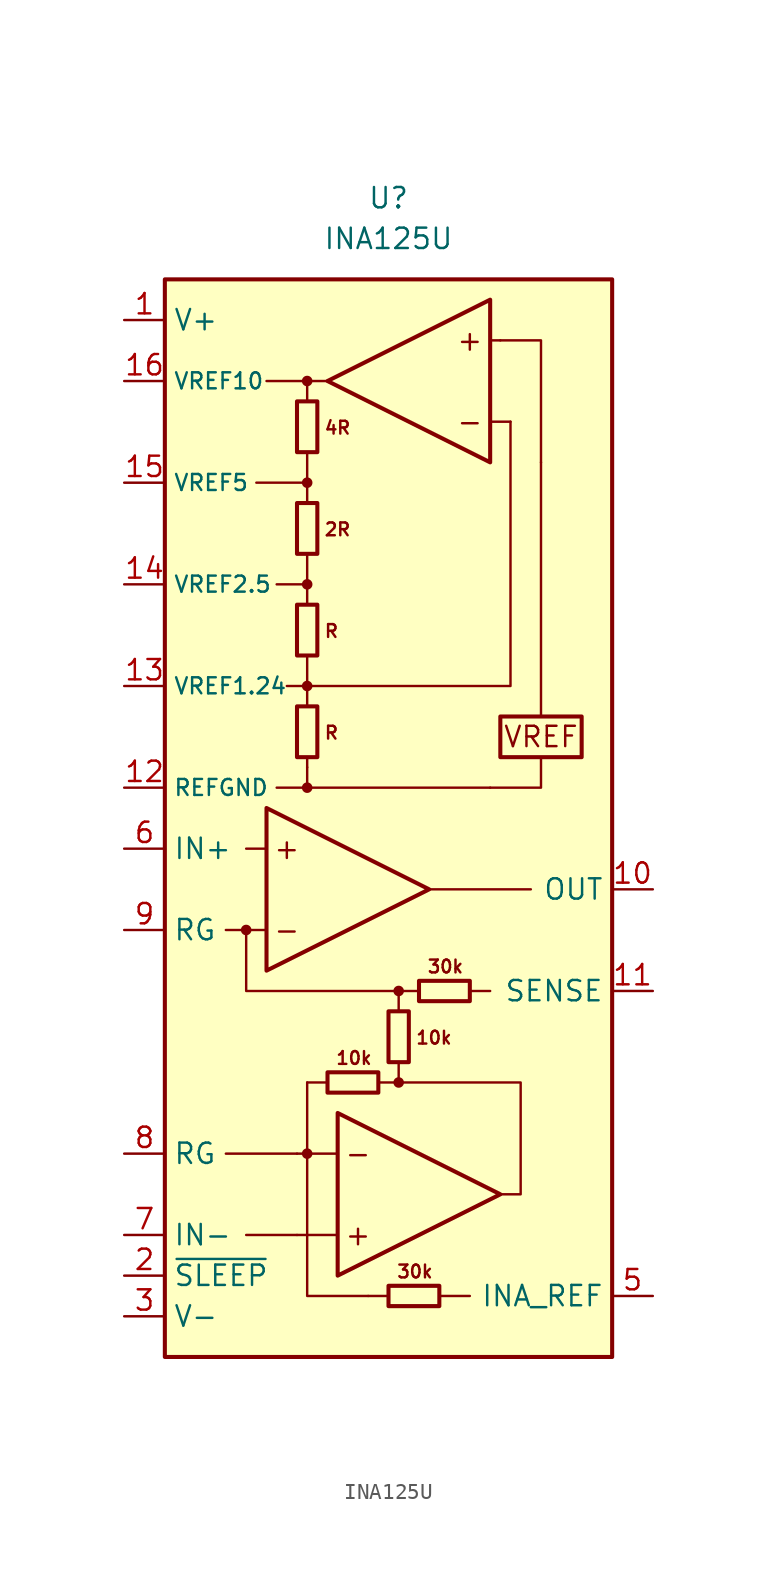
<source format=kicad_sym>
(kicad_symbol_lib
  (version 20211014)
  (generator kicad_symbol_editor)
  (symbol "INA125U"
    (property "Reference" "U"
      (at 0 36.83 0)
      (effects (font (size 1.27 1.27))))
    (property "Value" "INA125U"
      (at 0 34.29 0)
      (effects (font (size 1.27 1.27))))
    (symbol "INA125U_0_0"
      (circle (center -8.89 -8.89) (radius 0.254) (stroke (width 0.152) (type default) (color 0 0 0 0)) (fill (type outline)))
      (circle (center -5.08 -22.86) (radius 0.254) (stroke (width 0.152) (type default) (color 0 0 0 0)) (fill (type outline)))
      (circle (center -5.08 0) (radius 0.254) (stroke (width 0.152) (type default) (color 0 0 0 0)) (fill (type outline)))
      (circle (center -5.08 6.35) (radius 0.254) (stroke (width 0.152) (type default) (color 0 0 0 0)) (fill (type outline)))
      (circle (center -5.08 12.7) (radius 0.254) (stroke (width 0.152) (type default) (color 0 0 0 0)) (fill (type outline)))
      (circle (center -5.08 19.05) (radius 0.254) (stroke (width 0.152) (type default) (color 0 0 0 0)) (fill (type outline)))
      (circle (center -5.08 25.4) (radius 0.254) (stroke (width 0.152) (type default) (color 0 0 0 0)) (fill (type outline)))
      (polyline (pts (xy -5.08 0) (xy 6.35 0)) (stroke (width 0.152) (type default) (color 0 0 0 0)) (fill (type none)))
      (polyline (pts (xy -5.08 1.27) (xy -5.08 0)) (stroke (width 0.152) (type default) (color 0 0 0 0)) (fill (type none)))
      (polyline (pts (xy -5.08 1.905) (xy -5.08 1.27)) (stroke (width 0.152) (type default) (color 0 0 0 0)) (fill (type none)))
      (polyline (pts (xy -5.08 6.35) (xy -5.08 5.08)) (stroke (width 0.152) (type default) (color 0 0 0 0)) (fill (type none)))
      (polyline (pts (xy -5.08 8.255) (xy -5.08 6.35)) (stroke (width 0.152) (type default) (color 0 0 0 0)) (fill (type none)))
      (polyline (pts (xy -5.08 12.7) (xy -5.08 11.43)) (stroke (width 0.152) (type default) (color 0 0 0 0)) (fill (type none)))
      (polyline (pts (xy -5.08 14.605) (xy -5.08 12.7)) (stroke (width 0.152) (type default) (color 0 0 0 0)) (fill (type none)))
      (polyline (pts (xy -5.08 19.05) (xy -5.08 17.78)) (stroke (width 0.152) (type default) (color 0 0 0 0)) (fill (type none)))
      (polyline (pts (xy -5.08 20.955) (xy -5.08 19.05)) (stroke (width 0.152) (type default) (color 0 0 0 0)) (fill (type none)))
      (polyline (pts (xy -3.81 -18.415) (xy -5.08 -18.415)) (stroke (width 0.152) (type default) (color 0 0 0 0)) (fill (type none)))
      (polyline (pts (xy -3.175 -27.94) (xy -5.715 -27.94)) (stroke (width 0.152) (type default) (color 0 0 0 0)) (fill (type none)))
      (polyline (pts (xy -3.175 -22.86) (xy -5.715 -22.86)) (stroke (width 0.152) (type default) (color 0 0 0 0)) (fill (type none)))
      (polyline (pts (xy 0 -31.75) (xy -1.27 -31.75)) (stroke (width 0.152) (type default) (color 0 0 0 0)) (fill (type none)))
      (polyline (pts (xy 1.905 -12.7) (xy 0.635 -12.7)) (stroke (width 0.152) (type default) (color 0 0 0 0)) (fill (type none)))
      (polyline (pts (xy 6.35 22.86) (xy 7.62 22.86)) (stroke (width 0.152) (type default) (color 0 0 0 0)) (fill (type none)))
      (polyline (pts (xy 6.35 27.94) (xy 6.985 27.94)) (stroke (width 0.152) (type default) (color 0 0 0 0)) (fill (type none)))
      (polyline (pts (xy 9.525 4.445) (xy 9.525 20.32)) (stroke (width 0.152) (type default) (color 0 0 0 0)) (fill (type none)))
      (polyline (pts (xy 9.525 1.905) (xy 9.525 0) (xy 6.35 0)) (stroke (width 0.152) (type default) (color 0 0 0 0)) (fill (type none)))
      (circle (center 0.635 -18.415) (radius 0.254) (stroke (width 0.152) (type default) (color 0 0 0 0)) (fill (type outline)))
      (circle (center 0.635 -12.7) (radius 0.254) (stroke (width 0.152) (type default) (color 0 0 0 0)) (fill (type outline)))
      (rectangle (start 6.985 4.445) (end 12.065 1.905) (stroke (width 0.254) (type default) (color 0 0 0 0)) (fill (type none)))
      (text "+" (at -6.35 -3.81 0) (effects (font (size 1.27 1.27))))
      (text "+" (at -1.905 -27.94 0) (effects (font (size 1.27 1.27))))
      (text "+" (at 5.08 27.94 0) (effects (font (size 1.27 1.27))))
      (text "-" (at -6.35 -8.89 0) (effects (font (size 1.27 1.27))))
      (text "-" (at -1.905 -22.86 0) (effects (font (size 1.27 1.27))))
      (text "-" (at 5.08 22.86 0) (effects (font (size 1.27 1.27))))
      (text "10k" (at -2.159 -16.891 0) (effects (font (size 0.8 0.8))))
      (text "10k" (at 1.651 -15.621 0) (effects (font (size 0.8 0.8)) (justify left)))
      (text "2R" (at -4.064 16.129 0) (effects (font (size 0.8 0.8)) (justify left)))
      (text "30k" (at 1.651 -30.226 0) (effects (font (size 0.8 0.8))))
      (text "30k" (at 3.556 -11.176 0) (effects (font (size 0.8 0.8))))
      (text "4R" (at -4.064 22.479 0) (effects (font (size 0.8 0.8)) (justify left)))
      (text "R" (at -4.064 3.429 0) (effects (font (size 0.8 0.8)) (justify left)))
      (text "R" (at -4.064 9.779 0) (effects (font (size 0.8 0.8)) (justify left)))
      (text "VREF" (at 9.525 3.175 0) (effects (font (size 1.27 1.27)))))
    (symbol "INA125U_0_1"
      (rectangle (start -13.97 31.75) (end 13.97 -35.56) (stroke (width 0.254) (type default) (color 0 0 0 0)) (fill (type background)))
      (rectangle (start -5.715 1.905) (end -4.445 5.08) (stroke (width 0.254) (type default) (color 0 0 0 0)) (fill (type none)))
      (rectangle (start -5.715 8.255) (end -4.445 11.43) (stroke (width 0.254) (type default) (color 0 0 0 0)) (fill (type none)))
      (rectangle (start -5.715 14.605) (end -4.445 17.78) (stroke (width 0.254) (type default) (color 0 0 0 0)) (fill (type none)))
      (rectangle (start -5.715 20.955) (end -4.445 24.13) (stroke (width 0.254) (type default) (color 0 0 0 0)) (fill (type none)))
      (rectangle (start -3.81 -17.78) (end -0.635 -19.05) (stroke (width 0.254) (type default) (color 0 0 0 0)) (fill (type none)))
      (rectangle (start 0 -31.115) (end 3.175 -32.385) (stroke (width 0.254) (type default) (color 0 0 0 0)) (fill (type none)))
      (rectangle (start 0 -17.145) (end 1.27 -13.97) (stroke (width 0.254) (type default) (color 0 0 0 0)) (fill (type none)))
      (polyline (pts (xy -8.89 -27.94) (xy -5.715 -27.94)) (stroke (width 0.152) (type default) (color 0 0 0 0)) (fill (type none)))
      (polyline (pts (xy -7.62 -8.89) (xy -10.16 -8.89)) (stroke (width 0.152) (type default) (color 0 0 0 0)) (fill (type none)))
      (polyline (pts (xy -7.62 -3.81) (xy -8.89 -3.81)) (stroke (width 0.152) (type default) (color 0 0 0 0)) (fill (type none)))
      (polyline (pts (xy -5.715 -22.86) (xy -10.16 -22.86)) (stroke (width 0.152) (type default) (color 0 0 0 0)) (fill (type none)))
      (polyline (pts (xy -5.08 -18.415) (xy -5.08 -22.86)) (stroke (width 0.152) (type default) (color 0 0 0 0)) (fill (type none)))
      (polyline (pts (xy -5.08 0) (xy -6.985 0)) (stroke (width 0.152) (type default) (color 0 0 0 0)) (fill (type none)))
      (polyline (pts (xy -5.08 6.35) (xy -6.35 6.35)) (stroke (width 0.152) (type default) (color 0 0 0 0)) (fill (type none)))
      (polyline (pts (xy -5.08 12.7) (xy -6.985 12.7)) (stroke (width 0.152) (type default) (color 0 0 0 0)) (fill (type none)))
      (polyline (pts (xy -5.08 19.05) (xy -8.255 19.05)) (stroke (width 0.152) (type default) (color 0 0 0 0)) (fill (type none)))
      (polyline (pts (xy -5.08 25.4) (xy -7.62 25.4)) (stroke (width 0.152) (type default) (color 0 0 0 0)) (fill (type none)))
      (polyline (pts (xy 0.635 -13.97) (xy 0.635 -12.7)) (stroke (width 0.152) (type default) (color 0 0 0 0)) (fill (type none)))
      (polyline (pts (xy 2.54 -6.35) (xy 8.89 -6.35)) (stroke (width 0.152) (type default) (color 0 0 0 0)) (fill (type none)))
      (polyline (pts (xy 3.175 -31.75) (xy 5.08 -31.75)) (stroke (width 0.152) (type default) (color 0 0 0 0)) (fill (type none)))
      (polyline (pts (xy 5.08 -12.7) (xy 6.35 -12.7)) (stroke (width 0.152) (type default) (color 0 0 0 0)) (fill (type none)))
      (polyline (pts (xy -8.89 -8.89) (xy -8.89 -12.7) (xy 0.635 -12.7)) (stroke (width 0.152) (type default) (color 0 0 0 0)) (fill (type none)))
      (polyline (pts (xy -5.08 -22.86) (xy -5.08 -31.75) (xy -1.27 -31.75)) (stroke (width 0.152) (type default) (color 0 0 0 0)) (fill (type none)))
      (polyline (pts (xy -5.08 24.13) (xy -5.08 25.4) (xy -3.81 25.4)) (stroke (width 0.152) (type default) (color 0 0 0 0)) (fill (type none)))
      (polyline (pts (xy 0.635 -17.145) (xy 0.635 -18.415) (xy -0.635 -18.415)) (stroke (width 0.152) (type default) (color 0 0 0 0)) (fill (type none)))
      (polyline (pts (xy 6.985 27.94) (xy 9.525 27.94) (xy 9.525 20.32)) (stroke (width 0.152) (type default) (color 0 0 0 0)) (fill (type none)))
      (polyline (pts (xy 7.62 22.86) (xy 7.62 6.35) (xy -5.08 6.35)) (stroke (width 0.152) (type default) (color 0 0 0 0)) (fill (type none)))
      (polyline (pts (xy -7.62 -1.27) (xy -7.62 -11.43) (xy 2.54 -6.35) (xy -7.62 -1.27)) (stroke (width 0.254) (type default) (color 0 0 0 0)) (fill (type none)))
      (polyline (pts (xy -3.175 -20.32) (xy -3.175 -30.48) (xy 6.985 -25.4) (xy -3.175 -20.32)) (stroke (width 0.254) (type default) (color 0 0 0 0)) (fill (type none)))
      (polyline (pts (xy 0.635 -18.415) (xy 8.255 -18.415) (xy 8.255 -25.4) (xy 6.985 -25.4)) (stroke (width 0.152) (type default) (color 0 0 0 0)) (fill (type none)))
      (polyline (pts (xy 6.35 20.32) (xy 6.35 30.48) (xy -3.81 25.4) (xy 6.35 20.32)) (stroke (width 0.254) (type default) (color 0 0 0 0)) (fill (type none)))
      (rectangle (start 1.905 -12.065) (end 5.08 -13.335) (stroke (width 0.254) (type default) (color 0 0 0 0)) (fill (type none))))
    (symbol "INA125U_1_1"
      (pin power_in line (at -16.51 29.21 0) (length 2.54) (name "V+" (effects (font (size 1.27 1.27)))) (number "1" (effects (font (size 1.27 1.27)))))
      (pin output line (at 16.51 -6.35 180) (length 2.54) (name "OUT" (effects (font (size 1.27 1.27)))) (number "10" (effects (font (size 1.27 1.27)))))
      (pin input line (at 16.51 -12.7 180) (length 2.54) (name "SENSE" (effects (font (size 1.27 1.27)))) (number "11" (effects (font (size 1.27 1.27)))))
      (pin power_in line (at -16.51 0 0) (length 2.54) (name "REFGND" (effects (font (size 1 1)))) (number "12" (effects (font (size 1.27 1.27)))))
      (pin passive line (at -16.51 6.35 0) (length 2.54) (name "VREF1.24" (effects (font (size 1 1)))) (number "13" (effects (font (size 1.27 1.27)))))
      (pin passive line (at -16.51 12.7 0) (length 2.54) (name "VREF2.5" (effects (font (size 1 1)))) (number "14" (effects (font (size 1.27 1.27)))))
      (pin passive line (at -16.51 19.05 0) (length 2.54) (name "VREF5" (effects (font (size 1 1)))) (number "15" (effects (font (size 1.27 1.27)))))
      (pin passive line (at -16.51 25.4 0) (length 2.54) (name "VREF10" (effects (font (size 1 1)))) (number "16" (effects (font (size 1.27 1.27)))))
      (pin input line (at -16.51 -30.48 0) (length 2.54) (name "~{SLEEP}" (effects (font (size 1.27 1.27)))) (number "2" (effects (font (size 1.27 1.27)))))
      (pin power_in line (at -16.51 -33.02 0) (length 2.54) (name "V-" (effects (font (size 1.27 1.27)))) (number "3" (effects (font (size 1.27 1.27)))))
      (pin input line (at 16.51 -31.75 180) (length 2.54) (name "INA_REF" (effects (font (size 1.27 1.27)))) (number "5" (effects (font (size 1.27 1.27)))))
      (pin input line (at -16.51 -3.81 0) (length 2.54) (name "IN+" (effects (font (size 1.27 1.27)))) (number "6" (effects (font (size 1.27 1.27)))))
      (pin input line (at -16.51 -27.94 0) (length 2.54) (name "IN-" (effects (font (size 1.27 1.27)))) (number "7" (effects (font (size 1.27 1.27)))))
      (pin passive line (at -16.51 -22.86 0) (length 2.54) (name "RG" (effects (font (size 1.27 1.27)))) (number "8" (effects (font (size 1.27 1.27)))))
      (pin passive line (at -16.51 -8.89 0) (length 2.54) (name "RG" (effects (font (size 1.27 1.27)))) (number "9" (effects (font (size 1.27 1.27))))))))
</source>
